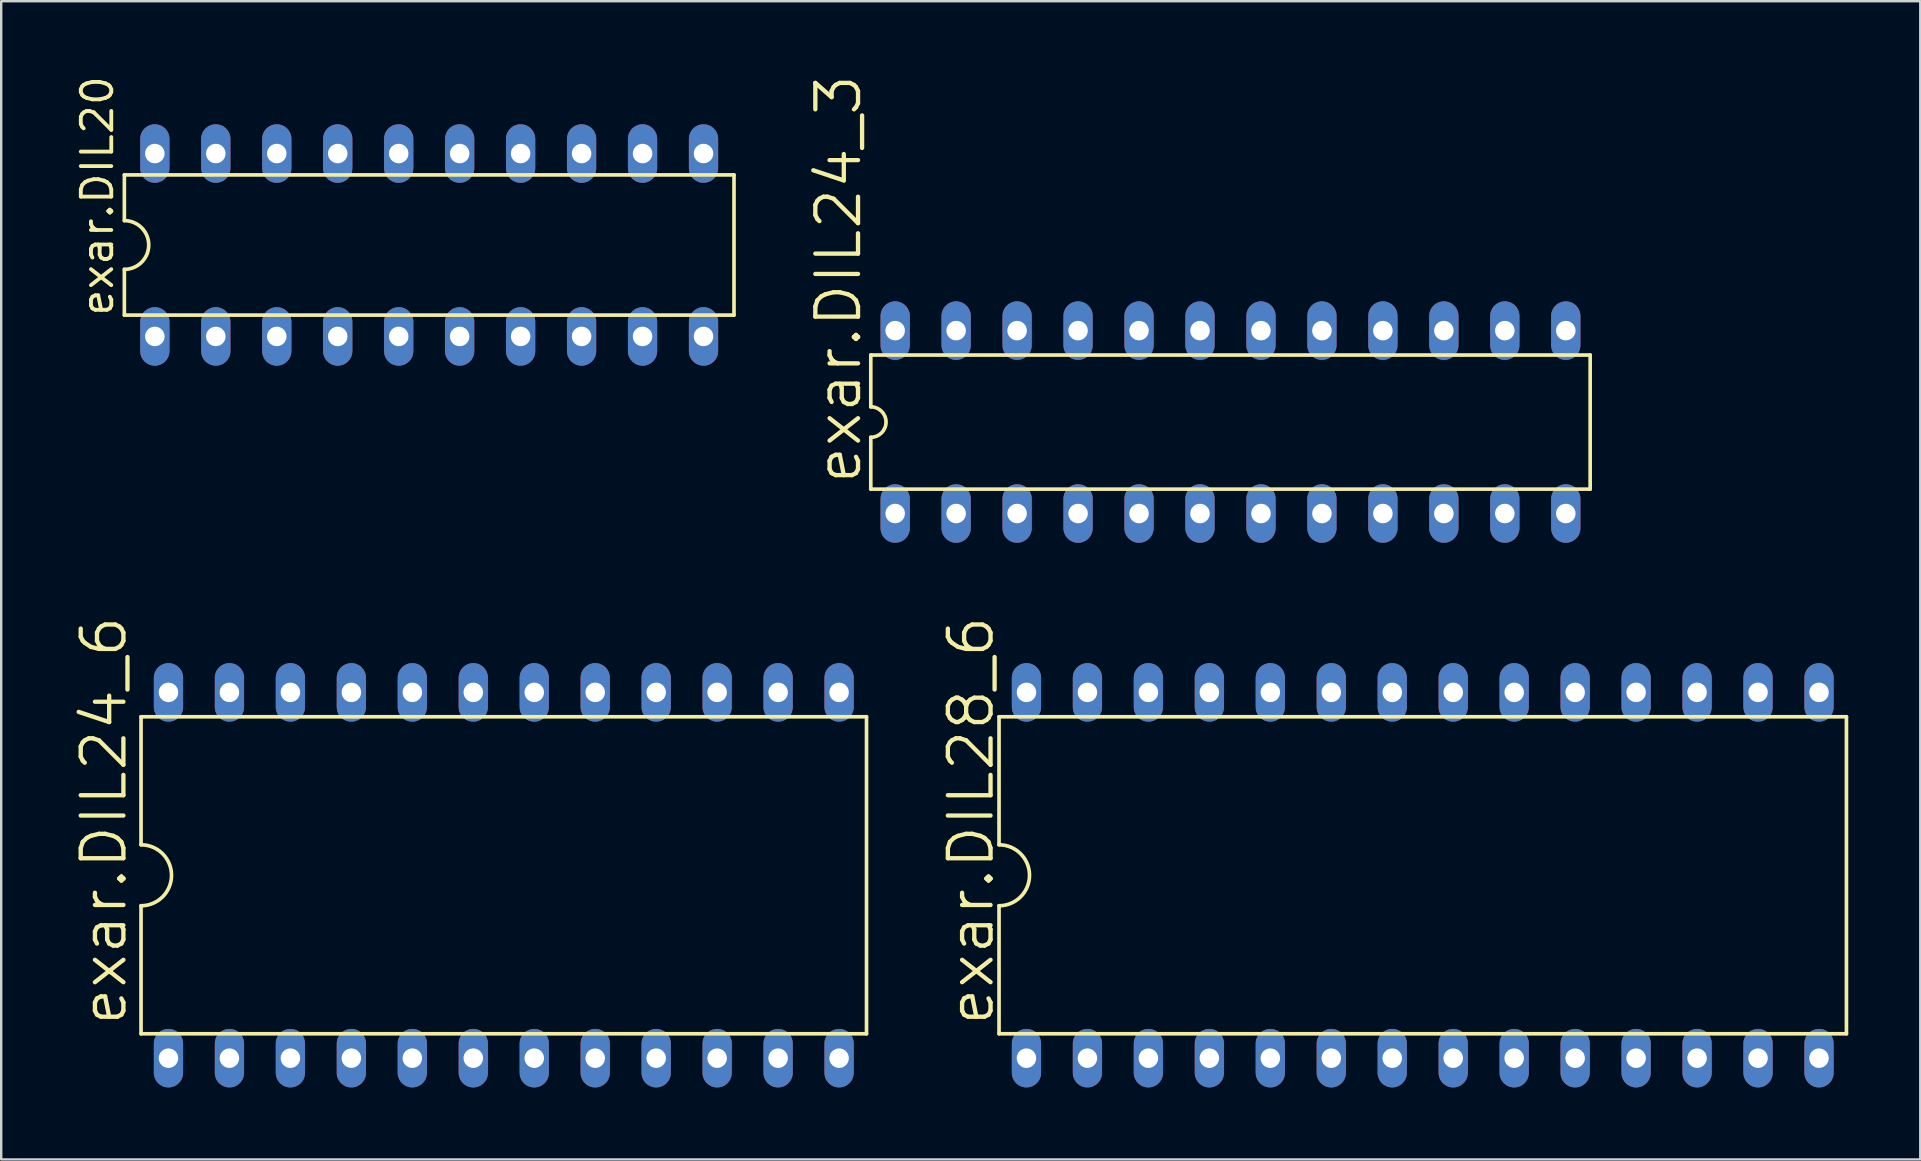
<source format=kicad_pcb>
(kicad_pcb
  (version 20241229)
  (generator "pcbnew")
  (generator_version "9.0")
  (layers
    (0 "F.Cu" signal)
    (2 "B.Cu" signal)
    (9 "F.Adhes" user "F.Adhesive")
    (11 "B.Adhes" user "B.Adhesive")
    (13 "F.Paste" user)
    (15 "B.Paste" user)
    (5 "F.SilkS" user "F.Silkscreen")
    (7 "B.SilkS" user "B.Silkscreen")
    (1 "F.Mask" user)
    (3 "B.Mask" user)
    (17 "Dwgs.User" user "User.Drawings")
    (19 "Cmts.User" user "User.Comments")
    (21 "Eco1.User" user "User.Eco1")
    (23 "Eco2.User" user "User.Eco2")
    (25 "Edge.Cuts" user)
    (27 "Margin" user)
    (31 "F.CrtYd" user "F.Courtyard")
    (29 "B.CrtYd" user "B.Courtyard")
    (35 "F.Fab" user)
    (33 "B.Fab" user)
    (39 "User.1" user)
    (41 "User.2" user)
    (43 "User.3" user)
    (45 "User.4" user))
  (footprint "exar.DIL20"
    (layer "F.Cu")
    (at 14.831 7.157)
    (property "Reference" "exar.DIL20" (at -13.081 3.048 90) (layer "F.SilkS") (effects (font (size 1.27 1.27) (thickness 0.16)) (justify left bottom)))
    (attr through_hole)
    (fp_line (start -12.7 -2.921) (end -12.7 -1.016) (stroke (width 0.152) (type default)) (layer "F.SilkS"))
    (fp_line (start -12.7 2.921) (end -12.7 1.016) (stroke (width 0.152) (type default)) (layer "F.SilkS"))
    (fp_line (start -12.7 2.921) (end 12.7 2.921) (stroke (width 0.152) (type default)) (layer "F.SilkS"))
    (fp_line (start 12.7 -2.921) (end -12.7 -2.921) (stroke (width 0.152) (type default)) (layer "F.SilkS"))
    (fp_line (start 12.7 -2.921) (end 12.7 2.921) (stroke (width 0.152) (type default)) (layer "F.SilkS"))
    (fp_arc (start -12.7 -1.016) (mid -11.684 0) (end -12.7 1.016) (stroke (width 0.1524) (type default)) (layer "F.SilkS"))
    (pad "1" thru_hole oval (at -11.43 3.81 90) (size 2.438 1.219) (drill 0.813) (layers "*.Cu" "*.Mask"))
    (pad "2" thru_hole oval (at -8.89 3.81 90) (size 2.438 1.219) (drill 0.813) (layers "*.Cu" "*.Mask"))
    (pad "3" thru_hole oval (at -6.35 3.81 90) (size 2.438 1.219) (drill 0.813) (layers "*.Cu" "*.Mask"))
    (pad "4" thru_hole oval (at -3.81 3.81 90) (size 2.438 1.219) (drill 0.813) (layers "*.Cu" "*.Mask"))
    (pad "5" thru_hole oval (at -1.27 3.81 90) (size 2.438 1.219) (drill 0.813) (layers "*.Cu" "*.Mask"))
    (pad "6" thru_hole oval (at 1.27 3.81 90) (size 2.438 1.219) (drill 0.813) (layers "*.Cu" "*.Mask"))
    (pad "7" thru_hole oval (at 3.81 3.81 90) (size 2.438 1.219) (drill 0.813) (layers "*.Cu" "*.Mask"))
    (pad "8" thru_hole oval (at 6.35 3.81 90) (size 2.438 1.219) (drill 0.813) (layers "*.Cu" "*.Mask"))
    (pad "9" thru_hole oval (at 8.89 3.81 90) (size 2.438 1.219) (drill 0.813) (layers "*.Cu" "*.Mask"))
    (pad "10" thru_hole oval (at 11.43 3.81 90) (size 2.438 1.219) (drill 0.813) (layers "*.Cu" "*.Mask"))
    (pad "11" thru_hole oval (at 11.43 -3.81 90) (size 2.438 1.219) (drill 0.813) (layers "*.Cu" "*.Mask"))
    (pad "12" thru_hole oval (at 8.89 -3.81 90) (size 2.438 1.219) (drill 0.813) (layers "*.Cu" "*.Mask"))
    (pad "13" thru_hole oval (at 6.35 -3.81 90) (size 2.438 1.219) (drill 0.813) (layers "*.Cu" "*.Mask"))
    (pad "14" thru_hole oval (at 3.81 -3.81 90) (size 2.438 1.219) (drill 0.813) (layers "*.Cu" "*.Mask"))
    (pad "15" thru_hole oval (at 1.27 -3.81 90) (size 2.438 1.219) (drill 0.813) (layers "*.Cu" "*.Mask"))
    (pad "16" thru_hole oval (at -1.27 -3.81 90) (size 2.438 1.219) (drill 0.813) (layers "*.Cu" "*.Mask"))
    (pad "17" thru_hole oval (at -3.81 -3.81 90) (size 2.438 1.219) (drill 0.813) (layers "*.Cu" "*.Mask"))
    (pad "18" thru_hole oval (at -6.35 -3.81 90) (size 2.438 1.219) (drill 0.813) (layers "*.Cu" "*.Mask"))
    (pad "19" thru_hole oval (at -8.89 -3.81 90) (size 2.438 1.219) (drill 0.813) (layers "*.Cu" "*.Mask"))
    (pad "20" thru_hole oval (at -11.43 -3.81 90) (size 2.438 1.219) (drill 0.813) (layers "*.Cu" "*.Mask")))
  (footprint "exar.DIL24_3"
    (layer "F.Cu")
    (at 48.216 14.535)
    (property "Reference" "exar.DIL24_3" (at -15.291 2.667 90) (layer "F.SilkS") (effects (font (size 1.778 1.778) (thickness 0.18)) (justify left bottom)))
    (attr through_hole)
    (fp_line (start -14.986 -2.794) (end -14.986 -0.635) (stroke (width 0.152) (type default)) (layer "F.SilkS"))
    (fp_line (start -14.986 -2.794) (end 14.986 -2.794) (stroke (width 0.152) (type default)) (layer "F.SilkS"))
    (fp_line (start -14.986 0.635) (end -14.986 2.794) (stroke (width 0.152) (type default)) (layer "F.SilkS"))
    (fp_line (start -14.986 2.794) (end 14.986 2.794) (stroke (width 0.152) (type default)) (layer "F.SilkS"))
    (fp_line (start 14.986 2.794) (end 14.986 -2.794) (stroke (width 0.152) (type default)) (layer "F.SilkS"))
    (fp_arc (start -14.986 -0.635) (mid -14.351 0) (end -14.986 0.635) (stroke (width 0.1524) (type default)) (layer "F.SilkS"))
    (pad "1" thru_hole oval (at -13.97 3.81 90) (size 2.438 1.219) (drill 0.813) (layers "*.Cu" "*.Mask"))
    (pad "2" thru_hole oval (at -11.43 3.81 90) (size 2.438 1.219) (drill 0.813) (layers "*.Cu" "*.Mask"))
    (pad "3" thru_hole oval (at -8.89 3.81 90) (size 2.438 1.219) (drill 0.813) (layers "*.Cu" "*.Mask"))
    (pad "4" thru_hole oval (at -6.35 3.81 90) (size 2.438 1.219) (drill 0.813) (layers "*.Cu" "*.Mask"))
    (pad "5" thru_hole oval (at -3.81 3.81 90) (size 2.438 1.219) (drill 0.813) (layers "*.Cu" "*.Mask"))
    (pad "6" thru_hole oval (at -1.27 3.81 90) (size 2.438 1.219) (drill 0.813) (layers "*.Cu" "*.Mask"))
    (pad "7" thru_hole oval (at 1.27 3.81 90) (size 2.438 1.219) (drill 0.813) (layers "*.Cu" "*.Mask"))
    (pad "8" thru_hole oval (at 3.81 3.81 90) (size 2.438 1.219) (drill 0.813) (layers "*.Cu" "*.Mask"))
    (pad "9" thru_hole oval (at 6.35 3.81 90) (size 2.438 1.219) (drill 0.813) (layers "*.Cu" "*.Mask"))
    (pad "10" thru_hole oval (at 8.89 3.81 90) (size 2.438 1.219) (drill 0.813) (layers "*.Cu" "*.Mask"))
    (pad "11" thru_hole oval (at 11.43 3.81 90) (size 2.438 1.219) (drill 0.813) (layers "*.Cu" "*.Mask"))
    (pad "12" thru_hole oval (at 13.97 3.81 90) (size 2.438 1.219) (drill 0.813) (layers "*.Cu" "*.Mask"))
    (pad "13" thru_hole oval (at 13.97 -3.81 90) (size 2.438 1.219) (drill 0.813) (layers "*.Cu" "*.Mask"))
    (pad "14" thru_hole oval (at 11.43 -3.81 90) (size 2.438 1.219) (drill 0.813) (layers "*.Cu" "*.Mask"))
    (pad "15" thru_hole oval (at 8.89 -3.81 90) (size 2.438 1.219) (drill 0.813) (layers "*.Cu" "*.Mask"))
    (pad "16" thru_hole oval (at 6.35 -3.81 90) (size 2.438 1.219) (drill 0.813) (layers "*.Cu" "*.Mask"))
    (pad "17" thru_hole oval (at 3.81 -3.81 90) (size 2.438 1.219) (drill 0.813) (layers "*.Cu" "*.Mask"))
    (pad "18" thru_hole oval (at 1.27 -3.81 90) (size 2.438 1.219) (drill 0.813) (layers "*.Cu" "*.Mask"))
    (pad "19" thru_hole oval (at -1.27 -3.81 90) (size 2.438 1.219) (drill 0.813) (layers "*.Cu" "*.Mask"))
    (pad "20" thru_hole oval (at -3.81 -3.81 90) (size 2.438 1.219) (drill 0.813) (layers "*.Cu" "*.Mask"))
    (pad "21" thru_hole oval (at -6.35 -3.81 90) (size 2.438 1.219) (drill 0.813) (layers "*.Cu" "*.Mask"))
    (pad "22" thru_hole oval (at -8.89 -3.81 90) (size 2.438 1.219) (drill 0.813) (layers "*.Cu" "*.Mask"))
    (pad "23" thru_hole oval (at -11.43 -3.81 90) (size 2.438 1.219) (drill 0.813) (layers "*.Cu" "*.Mask"))
    (pad "24" thru_hole oval (at -13.97 -3.81 90) (size 2.438 1.219) (drill 0.813) (layers "*.Cu" "*.Mask")))
  (footprint "exar.DIL28_6"
    (layer "F.Cu")
    (at 56.226 33.417)
    (property "Reference" "exar.DIL28_6" (at -17.78 6.35 90) (layer "F.SilkS") (effects (font (size 1.778 1.778) (thickness 0.18)) (justify left bottom)))
    (attr through_hole)
    (fp_line (start -17.653 -6.604) (end -17.653 -1.27) (stroke (width 0.152) (type default)) (layer "F.SilkS"))
    (fp_line (start -17.653 -6.604) (end 17.653 -6.604) (stroke (width 0.152) (type default)) (layer "F.SilkS"))
    (fp_line (start -17.653 1.27) (end -17.653 6.604) (stroke (width 0.152) (type default)) (layer "F.SilkS"))
    (fp_line (start -17.653 6.604) (end 17.653 6.604) (stroke (width 0.152) (type default)) (layer "F.SilkS"))
    (fp_line (start 17.653 6.604) (end 17.653 -6.604) (stroke (width 0.152) (type default)) (layer "F.SilkS"))
    (fp_arc (start -17.653 -1.27) (mid -16.383 0) (end -17.653 1.27) (stroke (width 0.1524) (type default)) (layer "F.SilkS"))
    (pad "1" thru_hole oval (at -16.51 7.62 90) (size 2.438 1.219) (drill 0.813) (layers "*.Cu" "*.Mask"))
    (pad "2" thru_hole oval (at -13.97 7.62 90) (size 2.438 1.219) (drill 0.813) (layers "*.Cu" "*.Mask"))
    (pad "3" thru_hole oval (at -11.43 7.62 90) (size 2.438 1.219) (drill 0.813) (layers "*.Cu" "*.Mask"))
    (pad "4" thru_hole oval (at -8.89 7.62 90) (size 2.438 1.219) (drill 0.813) (layers "*.Cu" "*.Mask"))
    (pad "5" thru_hole oval (at -6.35 7.62 90) (size 2.438 1.219) (drill 0.813) (layers "*.Cu" "*.Mask"))
    (pad "6" thru_hole oval (at -3.81 7.62 90) (size 2.438 1.219) (drill 0.813) (layers "*.Cu" "*.Mask"))
    (pad "7" thru_hole oval (at -1.27 7.62 90) (size 2.438 1.219) (drill 0.813) (layers "*.Cu" "*.Mask"))
    (pad "8" thru_hole oval (at 1.27 7.62 90) (size 2.438 1.219) (drill 0.813) (layers "*.Cu" "*.Mask"))
    (pad "9" thru_hole oval (at 3.81 7.62 90) (size 2.438 1.219) (drill 0.813) (layers "*.Cu" "*.Mask"))
    (pad "10" thru_hole oval (at 6.35 7.62 90) (size 2.438 1.219) (drill 0.813) (layers "*.Cu" "*.Mask"))
    (pad "11" thru_hole oval (at 8.89 7.62 90) (size 2.438 1.219) (drill 0.813) (layers "*.Cu" "*.Mask"))
    (pad "12" thru_hole oval (at 11.43 7.62 90) (size 2.438 1.219) (drill 0.813) (layers "*.Cu" "*.Mask"))
    (pad "13" thru_hole oval (at 13.97 7.62 90) (size 2.438 1.219) (drill 0.813) (layers "*.Cu" "*.Mask"))
    (pad "14" thru_hole oval (at 16.51 7.62 90) (size 2.438 1.219) (drill 0.813) (layers "*.Cu" "*.Mask"))
    (pad "15" thru_hole oval (at 16.51 -7.62 90) (size 2.438 1.219) (drill 0.813) (layers "*.Cu" "*.Mask"))
    (pad "16" thru_hole oval (at 13.97 -7.62 90) (size 2.438 1.219) (drill 0.813) (layers "*.Cu" "*.Mask"))
    (pad "17" thru_hole oval (at 11.43 -7.62 90) (size 2.438 1.219) (drill 0.813) (layers "*.Cu" "*.Mask"))
    (pad "18" thru_hole oval (at 8.89 -7.62 90) (size 2.438 1.219) (drill 0.813) (layers "*.Cu" "*.Mask"))
    (pad "19" thru_hole oval (at 6.35 -7.62 90) (size 2.438 1.219) (drill 0.813) (layers "*.Cu" "*.Mask"))
    (pad "20" thru_hole oval (at 3.81 -7.62 90) (size 2.438 1.219) (drill 0.813) (layers "*.Cu" "*.Mask"))
    (pad "21" thru_hole oval (at 1.27 -7.62 90) (size 2.438 1.219) (drill 0.813) (layers "*.Cu" "*.Mask"))
    (pad "22" thru_hole oval (at -1.27 -7.62 90) (size 2.438 1.219) (drill 0.813) (layers "*.Cu" "*.Mask"))
    (pad "23" thru_hole oval (at -3.81 -7.62 90) (size 2.438 1.219) (drill 0.813) (layers "*.Cu" "*.Mask"))
    (pad "24" thru_hole oval (at -6.35 -7.62 90) (size 2.438 1.219) (drill 0.813) (layers "*.Cu" "*.Mask"))
    (pad "25" thru_hole oval (at -8.89 -7.62 90) (size 2.438 1.219) (drill 0.813) (layers "*.Cu" "*.Mask"))
    (pad "26" thru_hole oval (at -11.43 -7.62 90) (size 2.438 1.219) (drill 0.813) (layers "*.Cu" "*.Mask"))
    (pad "27" thru_hole oval (at -13.97 -7.62 90) (size 2.438 1.219) (drill 0.813) (layers "*.Cu" "*.Mask"))
    (pad "28" thru_hole oval (at -16.51 -7.62 90) (size 2.438 1.219) (drill 0.813) (layers "*.Cu" "*.Mask")))
  (footprint "exar.DIL24_6"
    (layer "F.Cu")
    (at 17.939 33.417)
    (property "Reference" "exar.DIL24_6" (at -15.621 6.35 90) (layer "F.SilkS") (effects (font (size 1.778 1.778) (thickness 0.18)) (justify left bottom)))
    (attr through_hole)
    (fp_line (start -15.113 -6.604) (end -15.113 -1.27) (stroke (width 0.152) (type default)) (layer "F.SilkS"))
    (fp_line (start -15.113 -6.604) (end 15.113 -6.604) (stroke (width 0.152) (type default)) (layer "F.SilkS"))
    (fp_line (start -15.113 1.27) (end -15.113 6.604) (stroke (width 0.152) (type default)) (layer "F.SilkS"))
    (fp_line (start -15.113 6.604) (end 15.113 6.604) (stroke (width 0.152) (type default)) (layer "F.SilkS"))
    (fp_line (start 15.113 6.604) (end 15.113 -6.604) (stroke (width 0.152) (type default)) (layer "F.SilkS"))
    (fp_arc (start -15.113 -1.27) (mid -13.843 0) (end -15.113 1.27) (stroke (width 0.1524) (type default)) (layer "F.SilkS"))
    (pad "1" thru_hole oval (at -13.97 7.62 90) (size 2.438 1.219) (drill 0.813) (layers "*.Cu" "*.Mask"))
    (pad "2" thru_hole oval (at -11.43 7.62 90) (size 2.438 1.219) (drill 0.813) (layers "*.Cu" "*.Mask"))
    (pad "3" thru_hole oval (at -8.89 7.62 90) (size 2.438 1.219) (drill 0.813) (layers "*.Cu" "*.Mask"))
    (pad "4" thru_hole oval (at -6.35 7.62 90) (size 2.438 1.219) (drill 0.813) (layers "*.Cu" "*.Mask"))
    (pad "5" thru_hole oval (at -3.81 7.62 90) (size 2.438 1.219) (drill 0.813) (layers "*.Cu" "*.Mask"))
    (pad "6" thru_hole oval (at -1.27 7.62 90) (size 2.438 1.219) (drill 0.813) (layers "*.Cu" "*.Mask"))
    (pad "7" thru_hole oval (at 1.27 7.62 90) (size 2.438 1.219) (drill 0.813) (layers "*.Cu" "*.Mask"))
    (pad "8" thru_hole oval (at 3.81 7.62 90) (size 2.438 1.219) (drill 0.813) (layers "*.Cu" "*.Mask"))
    (pad "9" thru_hole oval (at 6.35 7.62 90) (size 2.438 1.219) (drill 0.813) (layers "*.Cu" "*.Mask"))
    (pad "10" thru_hole oval (at 8.89 7.62 90) (size 2.438 1.219) (drill 0.813) (layers "*.Cu" "*.Mask"))
    (pad "11" thru_hole oval (at 11.43 7.62 90) (size 2.438 1.219) (drill 0.813) (layers "*.Cu" "*.Mask"))
    (pad "12" thru_hole oval (at 13.97 7.62 90) (size 2.438 1.219) (drill 0.813) (layers "*.Cu" "*.Mask"))
    (pad "13" thru_hole oval (at 13.97 -7.62 90) (size 2.438 1.219) (drill 0.813) (layers "*.Cu" "*.Mask"))
    (pad "14" thru_hole oval (at 11.43 -7.62 90) (size 2.438 1.219) (drill 0.813) (layers "*.Cu" "*.Mask"))
    (pad "15" thru_hole oval (at 8.89 -7.62 90) (size 2.438 1.219) (drill 0.813) (layers "*.Cu" "*.Mask"))
    (pad "16" thru_hole oval (at 6.35 -7.62 90) (size 2.438 1.219) (drill 0.813) (layers "*.Cu" "*.Mask"))
    (pad "17" thru_hole oval (at 3.81 -7.62 90) (size 2.438 1.219) (drill 0.813) (layers "*.Cu" "*.Mask"))
    (pad "18" thru_hole oval (at 1.27 -7.62 90) (size 2.438 1.219) (drill 0.813) (layers "*.Cu" "*.Mask"))
    (pad "19" thru_hole oval (at -1.27 -7.62 90) (size 2.438 1.219) (drill 0.813) (layers "*.Cu" "*.Mask"))
    (pad "20" thru_hole oval (at -3.81 -7.62 90) (size 2.438 1.219) (drill 0.813) (layers "*.Cu" "*.Mask"))
    (pad "21" thru_hole oval (at -6.35 -7.62 90) (size 2.438 1.219) (drill 0.813) (layers "*.Cu" "*.Mask"))
    (pad "22" thru_hole oval (at -8.89 -7.62 90) (size 2.438 1.219) (drill 0.813) (layers "*.Cu" "*.Mask"))
    (pad "23" thru_hole oval (at -11.43 -7.62 90) (size 2.438 1.219) (drill 0.813) (layers "*.Cu" "*.Mask"))
    (pad "24" thru_hole oval (at -13.97 -7.62 90) (size 2.438 1.219) (drill 0.813) (layers "*.Cu" "*.Mask")))
  (gr_rect
    (start -3 -3)
    (end 76.955 45.256)
    (stroke (width 0.1) (type default))
    (fill no)
    (layer "Edge.Cuts")))
</source>
